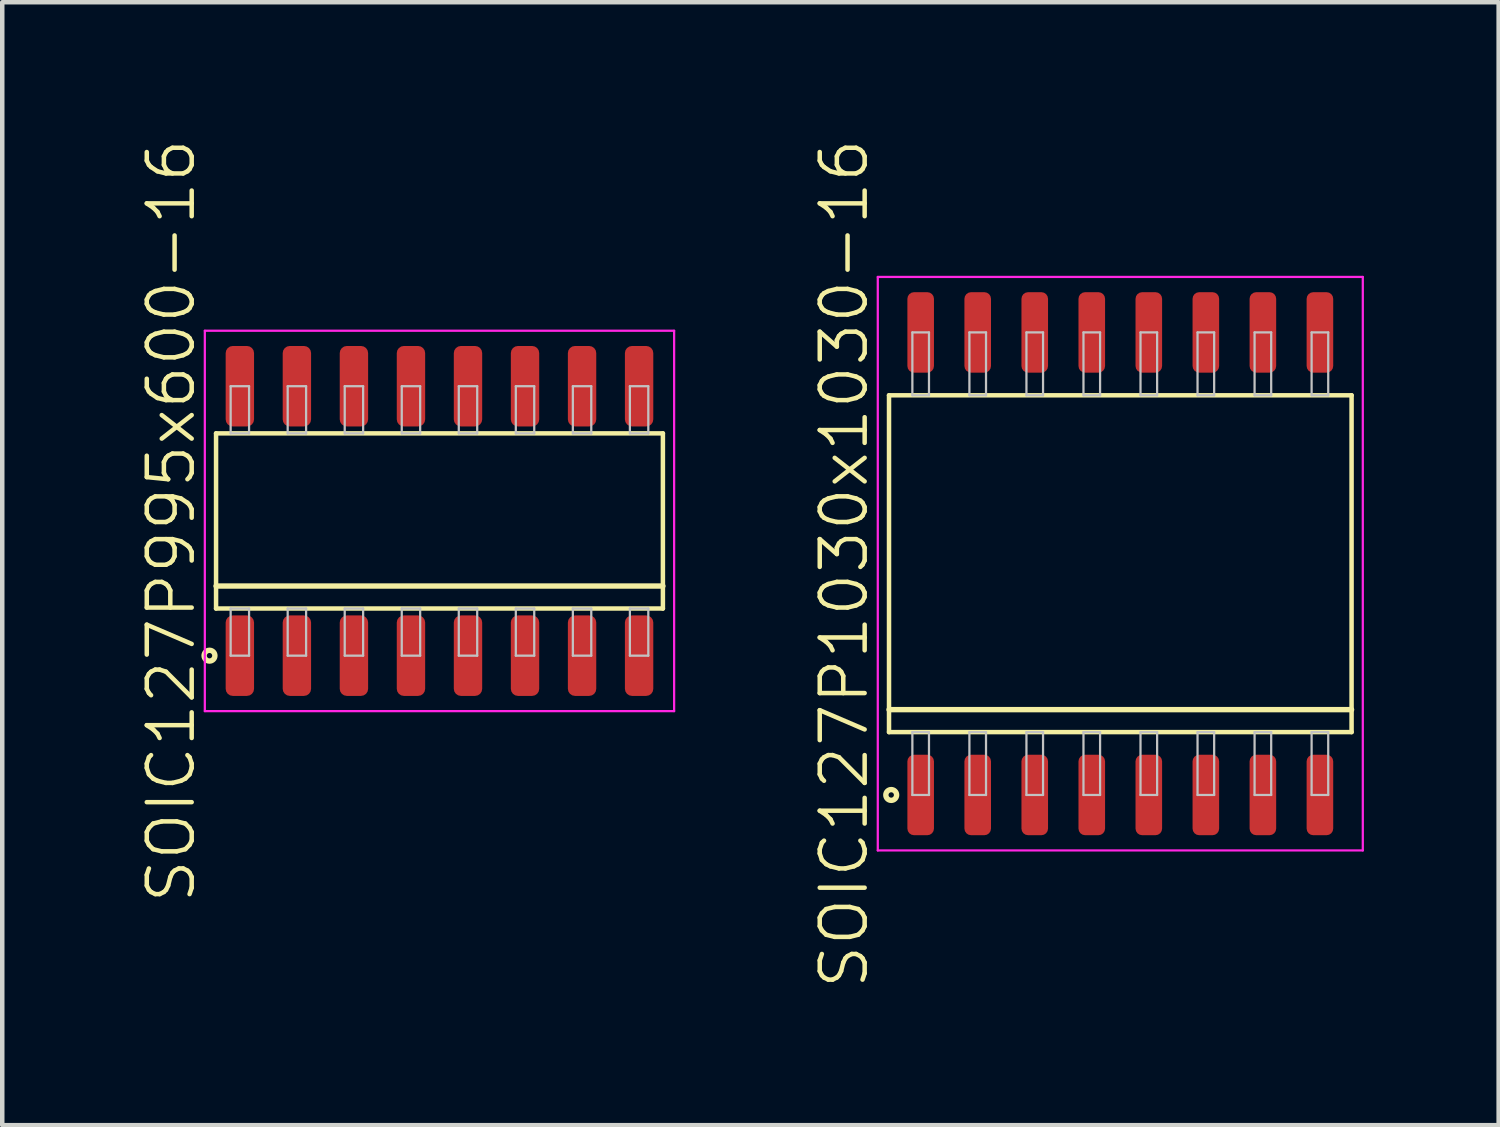
<source format=kicad_pcb>
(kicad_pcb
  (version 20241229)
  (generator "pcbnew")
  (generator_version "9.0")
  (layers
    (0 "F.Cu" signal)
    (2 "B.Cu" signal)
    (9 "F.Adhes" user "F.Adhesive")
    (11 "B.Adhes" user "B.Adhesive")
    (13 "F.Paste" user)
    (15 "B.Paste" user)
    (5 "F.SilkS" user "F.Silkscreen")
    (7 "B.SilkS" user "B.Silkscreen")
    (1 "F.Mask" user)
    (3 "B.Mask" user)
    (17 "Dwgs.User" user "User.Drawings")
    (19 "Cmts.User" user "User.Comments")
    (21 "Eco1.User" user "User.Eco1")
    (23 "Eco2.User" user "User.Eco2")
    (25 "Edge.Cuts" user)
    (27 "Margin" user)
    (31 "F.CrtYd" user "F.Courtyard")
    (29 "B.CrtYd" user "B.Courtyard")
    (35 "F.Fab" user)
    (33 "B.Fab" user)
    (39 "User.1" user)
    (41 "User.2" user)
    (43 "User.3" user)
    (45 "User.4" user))
  (footprint "SOIC127P995x600-16"
    (layer "F.Cu")
    (at 6.736 8.55)
    (property "Reference" "SOIC127P995x600-16" (at -5.975 0 90) (layer "F.SilkS") (effects (font (size 1 1) (thickness 0.1))))
    (attr through_hole)
    (fp_line (start -4.975 -1.95) (end -4.975 1.95) (stroke (width 0.1) (type solid)) (layer "F.SilkS"))
    (fp_line (start -4.975 1.45) (end 4.975 1.45) (stroke (width 0.12) (type solid)) (layer "F.SilkS"))
    (fp_line (start -4.975 1.95) (end 4.975 1.95) (stroke (width 0.1) (type solid)) (layer "F.SilkS"))
    (fp_line (start 4.975 -1.95) (end -4.975 -1.95) (stroke (width 0.1) (type solid)) (layer "F.SilkS"))
    (fp_line (start 4.975 1.95) (end 4.975 -1.95) (stroke (width 0.1) (type solid)) (layer "F.SilkS"))
    (fp_circle (center -5.121 3) (end -5.001 3) (stroke (width 0.12) (type solid)) (fill no) (layer "F.SilkS"))
    (fp_line (start -4.65 -3) (end -4.65 -1.95) (stroke (width 0.05) (type solid)) (layer "Dwgs.User"))
    (fp_line (start -4.65 -1.95) (end -4.24 -1.95) (stroke (width 0.05) (type solid)) (layer "Dwgs.User"))
    (fp_line (start -4.65 1.95) (end -4.24 1.95) (stroke (width 0.05) (type solid)) (layer "Dwgs.User"))
    (fp_line (start -4.65 3) (end -4.65 1.95) (stroke (width 0.05) (type solid)) (layer "Dwgs.User"))
    (fp_line (start -4.24 -3) (end -4.65 -3) (stroke (width 0.05) (type solid)) (layer "Dwgs.User"))
    (fp_line (start -4.24 -1.95) (end -4.24 -3) (stroke (width 0.05) (type solid)) (layer "Dwgs.User"))
    (fp_line (start -4.24 1.95) (end -4.24 3) (stroke (width 0.05) (type solid)) (layer "Dwgs.User"))
    (fp_line (start -4.24 3) (end -4.65 3) (stroke (width 0.05) (type solid)) (layer "Dwgs.User"))
    (fp_line (start -3.38 -3) (end -3.38 -1.95) (stroke (width 0.05) (type solid)) (layer "Dwgs.User"))
    (fp_line (start -3.38 -1.95) (end -2.97 -1.95) (stroke (width 0.05) (type solid)) (layer "Dwgs.User"))
    (fp_line (start -3.38 1.95) (end -2.97 1.95) (stroke (width 0.05) (type solid)) (layer "Dwgs.User"))
    (fp_line (start -3.38 3) (end -3.38 1.95) (stroke (width 0.05) (type solid)) (layer "Dwgs.User"))
    (fp_line (start -2.97 -3) (end -3.38 -3) (stroke (width 0.05) (type solid)) (layer "Dwgs.User"))
    (fp_line (start -2.97 -1.95) (end -2.97 -3) (stroke (width 0.05) (type solid)) (layer "Dwgs.User"))
    (fp_line (start -2.97 1.95) (end -2.97 3) (stroke (width 0.05) (type solid)) (layer "Dwgs.User"))
    (fp_line (start -2.97 3) (end -3.38 3) (stroke (width 0.05) (type solid)) (layer "Dwgs.User"))
    (fp_line (start -2.11 -3) (end -2.11 -1.95) (stroke (width 0.05) (type solid)) (layer "Dwgs.User"))
    (fp_line (start -2.11 -1.95) (end -1.7 -1.95) (stroke (width 0.05) (type solid)) (layer "Dwgs.User"))
    (fp_line (start -2.11 1.95) (end -1.7 1.95) (stroke (width 0.05) (type solid)) (layer "Dwgs.User"))
    (fp_line (start -2.11 3) (end -2.11 1.95) (stroke (width 0.05) (type solid)) (layer "Dwgs.User"))
    (fp_line (start -1.7 -3) (end -2.11 -3) (stroke (width 0.05) (type solid)) (layer "Dwgs.User"))
    (fp_line (start -1.7 -1.95) (end -1.7 -3) (stroke (width 0.05) (type solid)) (layer "Dwgs.User"))
    (fp_line (start -1.7 1.95) (end -1.7 3) (stroke (width 0.05) (type solid)) (layer "Dwgs.User"))
    (fp_line (start -1.7 3) (end -2.11 3) (stroke (width 0.05) (type solid)) (layer "Dwgs.User"))
    (fp_line (start -0.84 -3) (end -0.84 -1.95) (stroke (width 0.05) (type solid)) (layer "Dwgs.User"))
    (fp_line (start -0.84 -1.95) (end -0.43 -1.95) (stroke (width 0.05) (type solid)) (layer "Dwgs.User"))
    (fp_line (start -0.84 1.95) (end -0.43 1.95) (stroke (width 0.05) (type solid)) (layer "Dwgs.User"))
    (fp_line (start -0.84 3) (end -0.84 1.95) (stroke (width 0.05) (type solid)) (layer "Dwgs.User"))
    (fp_line (start -0.43 -3) (end -0.84 -3) (stroke (width 0.05) (type solid)) (layer "Dwgs.User"))
    (fp_line (start -0.43 -1.95) (end -0.43 -3) (stroke (width 0.05) (type solid)) (layer "Dwgs.User"))
    (fp_line (start -0.43 1.95) (end -0.43 3) (stroke (width 0.05) (type solid)) (layer "Dwgs.User"))
    (fp_line (start -0.43 3) (end -0.84 3) (stroke (width 0.05) (type solid)) (layer "Dwgs.User"))
    (fp_line (start 0.43 -3) (end 0.43 -1.95) (stroke (width 0.05) (type solid)) (layer "Dwgs.User"))
    (fp_line (start 0.43 -1.95) (end 0.84 -1.95) (stroke (width 0.05) (type solid)) (layer "Dwgs.User"))
    (fp_line (start 0.43 1.95) (end 0.84 1.95) (stroke (width 0.05) (type solid)) (layer "Dwgs.User"))
    (fp_line (start 0.43 3) (end 0.43 1.95) (stroke (width 0.05) (type solid)) (layer "Dwgs.User"))
    (fp_line (start 0.84 -3) (end 0.43 -3) (stroke (width 0.05) (type solid)) (layer "Dwgs.User"))
    (fp_line (start 0.84 -1.95) (end 0.84 -3) (stroke (width 0.05) (type solid)) (layer "Dwgs.User"))
    (fp_line (start 0.84 1.95) (end 0.84 3) (stroke (width 0.05) (type solid)) (layer "Dwgs.User"))
    (fp_line (start 0.84 3) (end 0.43 3) (stroke (width 0.05) (type solid)) (layer "Dwgs.User"))
    (fp_line (start 1.7 -3) (end 1.7 -1.95) (stroke (width 0.05) (type solid)) (layer "Dwgs.User"))
    (fp_line (start 1.7 -1.95) (end 2.11 -1.95) (stroke (width 0.05) (type solid)) (layer "Dwgs.User"))
    (fp_line (start 1.7 1.95) (end 2.11 1.95) (stroke (width 0.05) (type solid)) (layer "Dwgs.User"))
    (fp_line (start 1.7 3) (end 1.7 1.95) (stroke (width 0.05) (type solid)) (layer "Dwgs.User"))
    (fp_line (start 2.11 -3) (end 1.7 -3) (stroke (width 0.05) (type solid)) (layer "Dwgs.User"))
    (fp_line (start 2.11 -1.95) (end 2.11 -3) (stroke (width 0.05) (type solid)) (layer "Dwgs.User"))
    (fp_line (start 2.11 1.95) (end 2.11 3) (stroke (width 0.05) (type solid)) (layer "Dwgs.User"))
    (fp_line (start 2.11 3) (end 1.7 3) (stroke (width 0.05) (type solid)) (layer "Dwgs.User"))
    (fp_line (start 2.97 -3) (end 2.97 -1.95) (stroke (width 0.05) (type solid)) (layer "Dwgs.User"))
    (fp_line (start 2.97 -1.95) (end 3.38 -1.95) (stroke (width 0.05) (type solid)) (layer "Dwgs.User"))
    (fp_line (start 2.97 1.95) (end 3.38 1.95) (stroke (width 0.05) (type solid)) (layer "Dwgs.User"))
    (fp_line (start 2.97 3) (end 2.97 1.95) (stroke (width 0.05) (type solid)) (layer "Dwgs.User"))
    (fp_line (start 3.38 -3) (end 2.97 -3) (stroke (width 0.05) (type solid)) (layer "Dwgs.User"))
    (fp_line (start 3.38 -1.95) (end 3.38 -3) (stroke (width 0.05) (type solid)) (layer "Dwgs.User"))
    (fp_line (start 3.38 1.95) (end 3.38 3) (stroke (width 0.05) (type solid)) (layer "Dwgs.User"))
    (fp_line (start 3.38 3) (end 2.97 3) (stroke (width 0.05) (type solid)) (layer "Dwgs.User"))
    (fp_line (start 4.24 -3) (end 4.24 -1.95) (stroke (width 0.05) (type solid)) (layer "Dwgs.User"))
    (fp_line (start 4.24 -1.95) (end 4.65 -1.95) (stroke (width 0.05) (type solid)) (layer "Dwgs.User"))
    (fp_line (start 4.24 1.95) (end 4.65 1.95) (stroke (width 0.05) (type solid)) (layer "Dwgs.User"))
    (fp_line (start 4.24 3) (end 4.24 1.95) (stroke (width 0.05) (type solid)) (layer "Dwgs.User"))
    (fp_line (start 4.65 -3) (end 4.24 -3) (stroke (width 0.05) (type solid)) (layer "Dwgs.User"))
    (fp_line (start 4.65 -1.95) (end 4.65 -3) (stroke (width 0.05) (type solid)) (layer "Dwgs.User"))
    (fp_line (start 4.65 1.95) (end 4.65 3) (stroke (width 0.05) (type solid)) (layer "Dwgs.User"))
    (fp_line (start 4.65 3) (end 4.24 3) (stroke (width 0.05) (type solid)) (layer "Dwgs.User"))
    (fp_line (start -5.225 -4.235) (end -5.225 4.235) (stroke (width 0.05) (type solid)) (layer "F.CrtYd"))
    (fp_line (start -5.225 4.235) (end 5.225 4.235) (stroke (width 0.05) (type solid)) (layer "F.CrtYd"))
    (fp_line (start 5.225 -4.235) (end -5.225 -4.235) (stroke (width 0.05) (type solid)) (layer "F.CrtYd"))
    (fp_line (start 5.225 4.235) (end 5.225 -4.235) (stroke (width 0.05) (type solid)) (layer "F.CrtYd"))
    (pad "1" smd roundrect (at -4.445 3) (size 0.632 1.792) (layers "F.Cu" "F.Mask" "F.Paste") (roundrect_rratio 0.25))
    (pad "2" smd roundrect (at -3.175 3) (size 0.632 1.792) (layers "F.Cu" "F.Mask" "F.Paste") (roundrect_rratio 0.25))
    (pad "3" smd roundrect (at -1.905 3) (size 0.632 1.792) (layers "F.Cu" "F.Mask" "F.Paste") (roundrect_rratio 0.25))
    (pad "4" smd roundrect (at -0.635 3) (size 0.632 1.792) (layers "F.Cu" "F.Mask" "F.Paste") (roundrect_rratio 0.25))
    (pad "5" smd roundrect (at 0.635 3) (size 0.632 1.792) (layers "F.Cu" "F.Mask" "F.Paste") (roundrect_rratio 0.25))
    (pad "6" smd roundrect (at 1.905 3) (size 0.632 1.792) (layers "F.Cu" "F.Mask" "F.Paste") (roundrect_rratio 0.25))
    (pad "7" smd roundrect (at 3.175 3) (size 0.632 1.792) (layers "F.Cu" "F.Mask" "F.Paste") (roundrect_rratio 0.25))
    (pad "8" smd roundrect (at 4.445 3) (size 0.632 1.792) (layers "F.Cu" "F.Mask" "F.Paste") (roundrect_rratio 0.25))
    (pad "9" smd roundrect (at 4.445 -3) (size 0.632 1.792) (layers "F.Cu" "F.Mask" "F.Paste") (roundrect_rratio 0.25))
    (pad "10" smd roundrect (at 3.175 -3) (size 0.632 1.792) (layers "F.Cu" "F.Mask" "F.Paste") (roundrect_rratio 0.25))
    (pad "11" smd roundrect (at 1.905 -3) (size 0.632 1.792) (layers "F.Cu" "F.Mask" "F.Paste") (roundrect_rratio 0.25))
    (pad "12" smd roundrect (at 0.635 -3) (size 0.632 1.792) (layers "F.Cu" "F.Mask" "F.Paste") (roundrect_rratio 0.25))
    (pad "13" smd roundrect (at -0.635 -3) (size 0.632 1.792) (layers "F.Cu" "F.Mask" "F.Paste") (roundrect_rratio 0.25))
    (pad "14" smd roundrect (at -1.905 -3) (size 0.632 1.792) (layers "F.Cu" "F.Mask" "F.Paste") (roundrect_rratio 0.25))
    (pad "15" smd roundrect (at -3.175 -3) (size 0.632 1.792) (layers "F.Cu" "F.Mask" "F.Paste") (roundrect_rratio 0.25))
    (pad "16" smd roundrect (at -4.445 -3) (size 0.632 1.792) (layers "F.Cu" "F.Mask" "F.Paste") (roundrect_rratio 0.25)))
  (footprint "SOIC127P1030x1030-16"
    (layer "F.Cu")
    (at 21.896 9.502)
    (property "Reference" "SOIC127P1030x1030-16" (at -6.15 0 90) (layer "F.SilkS") (effects (font (size 1 1) (thickness 0.1))))
    (attr through_hole)
    (fp_line (start -5.15 -3.75) (end -5.15 3.75) (stroke (width 0.1) (type solid)) (layer "F.SilkS"))
    (fp_line (start -5.15 3.25) (end 5.15 3.25) (stroke (width 0.12) (type solid)) (layer "F.SilkS"))
    (fp_line (start -5.15 3.75) (end 5.15 3.75) (stroke (width 0.1) (type solid)) (layer "F.SilkS"))
    (fp_line (start 5.15 -3.75) (end -5.15 -3.75) (stroke (width 0.1) (type solid)) (layer "F.SilkS"))
    (fp_line (start 5.15 3.75) (end 5.15 -3.75) (stroke (width 0.1) (type solid)) (layer "F.SilkS"))
    (fp_circle (center -5.101 5.15) (end -4.981 5.15) (stroke (width 0.12) (type solid)) (fill no) (layer "F.SilkS"))
    (fp_line (start -4.63 -5.15) (end -4.63 -3.75) (stroke (width 0.05) (type solid)) (layer "Dwgs.User"))
    (fp_line (start -4.63 -3.75) (end -4.26 -3.75) (stroke (width 0.05) (type solid)) (layer "Dwgs.User"))
    (fp_line (start -4.63 3.75) (end -4.26 3.75) (stroke (width 0.05) (type solid)) (layer "Dwgs.User"))
    (fp_line (start -4.63 5.15) (end -4.63 3.75) (stroke (width 0.05) (type solid)) (layer "Dwgs.User"))
    (fp_line (start -4.26 -5.15) (end -4.63 -5.15) (stroke (width 0.05) (type solid)) (layer "Dwgs.User"))
    (fp_line (start -4.26 -3.75) (end -4.26 -5.15) (stroke (width 0.05) (type solid)) (layer "Dwgs.User"))
    (fp_line (start -4.26 3.75) (end -4.26 5.15) (stroke (width 0.05) (type solid)) (layer "Dwgs.User"))
    (fp_line (start -4.26 5.15) (end -4.63 5.15) (stroke (width 0.05) (type solid)) (layer "Dwgs.User"))
    (fp_line (start -3.36 -5.15) (end -3.36 -3.75) (stroke (width 0.05) (type solid)) (layer "Dwgs.User"))
    (fp_line (start -3.36 -3.75) (end -2.99 -3.75) (stroke (width 0.05) (type solid)) (layer "Dwgs.User"))
    (fp_line (start -3.36 3.75) (end -2.99 3.75) (stroke (width 0.05) (type solid)) (layer "Dwgs.User"))
    (fp_line (start -3.36 5.15) (end -3.36 3.75) (stroke (width 0.05) (type solid)) (layer "Dwgs.User"))
    (fp_line (start -2.99 -5.15) (end -3.36 -5.15) (stroke (width 0.05) (type solid)) (layer "Dwgs.User"))
    (fp_line (start -2.99 -3.75) (end -2.99 -5.15) (stroke (width 0.05) (type solid)) (layer "Dwgs.User"))
    (fp_line (start -2.99 3.75) (end -2.99 5.15) (stroke (width 0.05) (type solid)) (layer "Dwgs.User"))
    (fp_line (start -2.99 5.15) (end -3.36 5.15) (stroke (width 0.05) (type solid)) (layer "Dwgs.User"))
    (fp_line (start -2.09 -5.15) (end -2.09 -3.75) (stroke (width 0.05) (type solid)) (layer "Dwgs.User"))
    (fp_line (start -2.09 -3.75) (end -1.72 -3.75) (stroke (width 0.05) (type solid)) (layer "Dwgs.User"))
    (fp_line (start -2.09 3.75) (end -1.72 3.75) (stroke (width 0.05) (type solid)) (layer "Dwgs.User"))
    (fp_line (start -2.09 5.15) (end -2.09 3.75) (stroke (width 0.05) (type solid)) (layer "Dwgs.User"))
    (fp_line (start -1.72 -5.15) (end -2.09 -5.15) (stroke (width 0.05) (type solid)) (layer "Dwgs.User"))
    (fp_line (start -1.72 -3.75) (end -1.72 -5.15) (stroke (width 0.05) (type solid)) (layer "Dwgs.User"))
    (fp_line (start -1.72 3.75) (end -1.72 5.15) (stroke (width 0.05) (type solid)) (layer "Dwgs.User"))
    (fp_line (start -1.72 5.15) (end -2.09 5.15) (stroke (width 0.05) (type solid)) (layer "Dwgs.User"))
    (fp_line (start -0.82 -5.15) (end -0.82 -3.75) (stroke (width 0.05) (type solid)) (layer "Dwgs.User"))
    (fp_line (start -0.82 -3.75) (end -0.45 -3.75) (stroke (width 0.05) (type solid)) (layer "Dwgs.User"))
    (fp_line (start -0.82 3.75) (end -0.45 3.75) (stroke (width 0.05) (type solid)) (layer "Dwgs.User"))
    (fp_line (start -0.82 5.15) (end -0.82 3.75) (stroke (width 0.05) (type solid)) (layer "Dwgs.User"))
    (fp_line (start -0.45 -5.15) (end -0.82 -5.15) (stroke (width 0.05) (type solid)) (layer "Dwgs.User"))
    (fp_line (start -0.45 -3.75) (end -0.45 -5.15) (stroke (width 0.05) (type solid)) (layer "Dwgs.User"))
    (fp_line (start -0.45 3.75) (end -0.45 5.15) (stroke (width 0.05) (type solid)) (layer "Dwgs.User"))
    (fp_line (start -0.45 5.15) (end -0.82 5.15) (stroke (width 0.05) (type solid)) (layer "Dwgs.User"))
    (fp_line (start 0.45 -5.15) (end 0.45 -3.75) (stroke (width 0.05) (type solid)) (layer "Dwgs.User"))
    (fp_line (start 0.45 -3.75) (end 0.82 -3.75) (stroke (width 0.05) (type solid)) (layer "Dwgs.User"))
    (fp_line (start 0.45 3.75) (end 0.82 3.75) (stroke (width 0.05) (type solid)) (layer "Dwgs.User"))
    (fp_line (start 0.45 5.15) (end 0.45 3.75) (stroke (width 0.05) (type solid)) (layer "Dwgs.User"))
    (fp_line (start 0.82 -5.15) (end 0.45 -5.15) (stroke (width 0.05) (type solid)) (layer "Dwgs.User"))
    (fp_line (start 0.82 -3.75) (end 0.82 -5.15) (stroke (width 0.05) (type solid)) (layer "Dwgs.User"))
    (fp_line (start 0.82 3.75) (end 0.82 5.15) (stroke (width 0.05) (type solid)) (layer "Dwgs.User"))
    (fp_line (start 0.82 5.15) (end 0.45 5.15) (stroke (width 0.05) (type solid)) (layer "Dwgs.User"))
    (fp_line (start 1.72 -5.15) (end 1.72 -3.75) (stroke (width 0.05) (type solid)) (layer "Dwgs.User"))
    (fp_line (start 1.72 -3.75) (end 2.09 -3.75) (stroke (width 0.05) (type solid)) (layer "Dwgs.User"))
    (fp_line (start 1.72 3.75) (end 2.09 3.75) (stroke (width 0.05) (type solid)) (layer "Dwgs.User"))
    (fp_line (start 1.72 5.15) (end 1.72 3.75) (stroke (width 0.05) (type solid)) (layer "Dwgs.User"))
    (fp_line (start 2.09 -5.15) (end 1.72 -5.15) (stroke (width 0.05) (type solid)) (layer "Dwgs.User"))
    (fp_line (start 2.09 -3.75) (end 2.09 -5.15) (stroke (width 0.05) (type solid)) (layer "Dwgs.User"))
    (fp_line (start 2.09 3.75) (end 2.09 5.15) (stroke (width 0.05) (type solid)) (layer "Dwgs.User"))
    (fp_line (start 2.09 5.15) (end 1.72 5.15) (stroke (width 0.05) (type solid)) (layer "Dwgs.User"))
    (fp_line (start 2.99 -5.15) (end 2.99 -3.75) (stroke (width 0.05) (type solid)) (layer "Dwgs.User"))
    (fp_line (start 2.99 -3.75) (end 3.36 -3.75) (stroke (width 0.05) (type solid)) (layer "Dwgs.User"))
    (fp_line (start 2.99 3.75) (end 3.36 3.75) (stroke (width 0.05) (type solid)) (layer "Dwgs.User"))
    (fp_line (start 2.99 5.15) (end 2.99 3.75) (stroke (width 0.05) (type solid)) (layer "Dwgs.User"))
    (fp_line (start 3.36 -5.15) (end 2.99 -5.15) (stroke (width 0.05) (type solid)) (layer "Dwgs.User"))
    (fp_line (start 3.36 -3.75) (end 3.36 -5.15) (stroke (width 0.05) (type solid)) (layer "Dwgs.User"))
    (fp_line (start 3.36 3.75) (end 3.36 5.15) (stroke (width 0.05) (type solid)) (layer "Dwgs.User"))
    (fp_line (start 3.36 5.15) (end 2.99 5.15) (stroke (width 0.05) (type solid)) (layer "Dwgs.User"))
    (fp_line (start 4.26 -5.15) (end 4.26 -3.75) (stroke (width 0.05) (type solid)) (layer "Dwgs.User"))
    (fp_line (start 4.26 -3.75) (end 4.63 -3.75) (stroke (width 0.05) (type solid)) (layer "Dwgs.User"))
    (fp_line (start 4.26 3.75) (end 4.63 3.75) (stroke (width 0.05) (type solid)) (layer "Dwgs.User"))
    (fp_line (start 4.26 5.15) (end 4.26 3.75) (stroke (width 0.05) (type solid)) (layer "Dwgs.User"))
    (fp_line (start 4.63 -5.15) (end 4.26 -5.15) (stroke (width 0.05) (type solid)) (layer "Dwgs.User"))
    (fp_line (start 4.63 -3.75) (end 4.63 -5.15) (stroke (width 0.05) (type solid)) (layer "Dwgs.User"))
    (fp_line (start 4.63 3.75) (end 4.63 5.15) (stroke (width 0.05) (type solid)) (layer "Dwgs.User"))
    (fp_line (start 4.63 5.15) (end 4.26 5.15) (stroke (width 0.05) (type solid)) (layer "Dwgs.User"))
    (fp_line (start -5.4 -6.385) (end -5.4 6.385) (stroke (width 0.05) (type solid)) (layer "F.CrtYd"))
    (fp_line (start -5.4 6.385) (end 5.4 6.385) (stroke (width 0.05) (type solid)) (layer "F.CrtYd"))
    (fp_line (start 5.4 -6.385) (end -5.4 -6.385) (stroke (width 0.05) (type solid)) (layer "F.CrtYd"))
    (fp_line (start 5.4 6.385) (end 5.4 -6.385) (stroke (width 0.05) (type solid)) (layer "F.CrtYd"))
    (pad "1" smd roundrect (at -4.445 5.15) (size 0.592 1.792) (layers "F.Cu" "F.Mask" "F.Paste") (roundrect_rratio 0.25))
    (pad "2" smd roundrect (at -3.175 5.15) (size 0.592 1.792) (layers "F.Cu" "F.Mask" "F.Paste") (roundrect_rratio 0.25))
    (pad "3" smd roundrect (at -1.905 5.15) (size 0.592 1.792) (layers "F.Cu" "F.Mask" "F.Paste") (roundrect_rratio 0.25))
    (pad "4" smd roundrect (at -0.635 5.15) (size 0.592 1.792) (layers "F.Cu" "F.Mask" "F.Paste") (roundrect_rratio 0.25))
    (pad "5" smd roundrect (at 0.635 5.15) (size 0.592 1.792) (layers "F.Cu" "F.Mask" "F.Paste") (roundrect_rratio 0.25))
    (pad "6" smd roundrect (at 1.905 5.15) (size 0.592 1.792) (layers "F.Cu" "F.Mask" "F.Paste") (roundrect_rratio 0.25))
    (pad "7" smd roundrect (at 3.175 5.15) (size 0.592 1.792) (layers "F.Cu" "F.Mask" "F.Paste") (roundrect_rratio 0.25))
    (pad "8" smd roundrect (at 4.445 5.15) (size 0.592 1.792) (layers "F.Cu" "F.Mask" "F.Paste") (roundrect_rratio 0.25))
    (pad "9" smd roundrect (at 4.445 -5.15) (size 0.592 1.792) (layers "F.Cu" "F.Mask" "F.Paste") (roundrect_rratio 0.25))
    (pad "10" smd roundrect (at 3.175 -5.15) (size 0.592 1.792) (layers "F.Cu" "F.Mask" "F.Paste") (roundrect_rratio 0.25))
    (pad "11" smd roundrect (at 1.905 -5.15) (size 0.592 1.792) (layers "F.Cu" "F.Mask" "F.Paste") (roundrect_rratio 0.25))
    (pad "12" smd roundrect (at 0.635 -5.15) (size 0.592 1.792) (layers "F.Cu" "F.Mask" "F.Paste") (roundrect_rratio 0.25))
    (pad "13" smd roundrect (at -0.635 -5.15) (size 0.592 1.792) (layers "F.Cu" "F.Mask" "F.Paste") (roundrect_rratio 0.25))
    (pad "14" smd roundrect (at -1.905 -5.15) (size 0.592 1.792) (layers "F.Cu" "F.Mask" "F.Paste") (roundrect_rratio 0.25))
    (pad "15" smd roundrect (at -3.175 -5.15) (size 0.592 1.792) (layers "F.Cu" "F.Mask" "F.Paste") (roundrect_rratio 0.25))
    (pad "16" smd roundrect (at -4.445 -5.15) (size 0.592 1.792) (layers "F.Cu" "F.Mask" "F.Paste") (roundrect_rratio 0.25)))
  (gr_rect
    (start -3 -3)
    (end 30.321 22.005)
    (stroke (width 0.1) (type default))
    (fill no)
    (layer "Edge.Cuts")))
</source>
